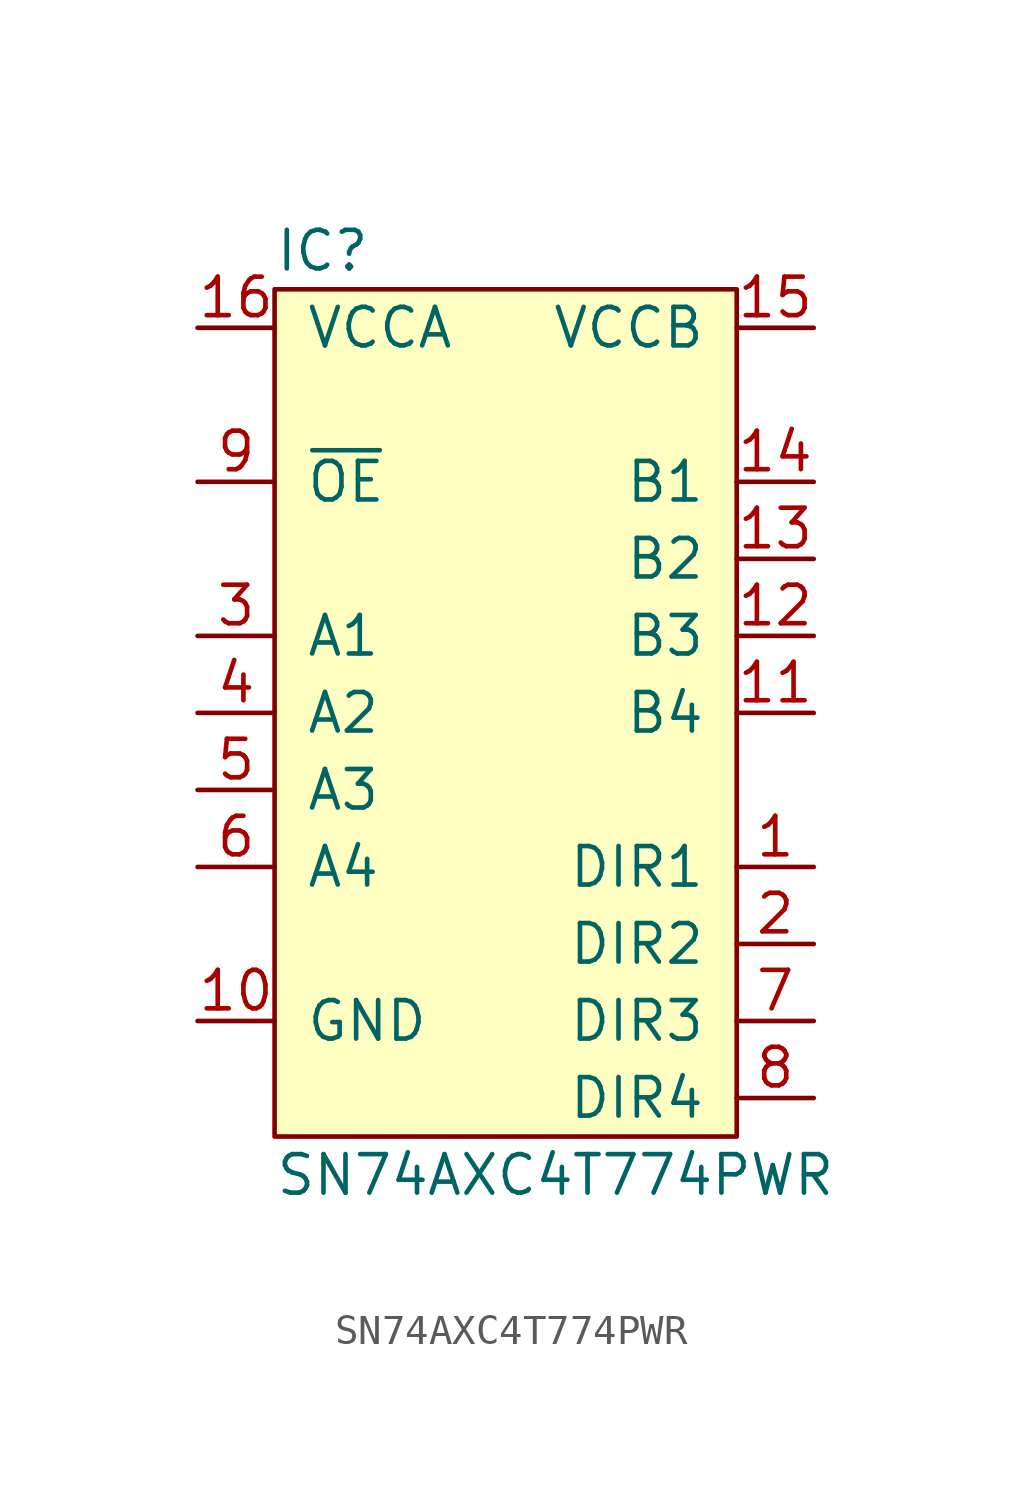
<source format=kicad_sym>
(kicad_symbol_lib
  (version 20211014)
  (generator agg_kicad.build_lib_ic)
  (symbol "SN74AXC4T774PWR"
    (pin_names
      (offset 1.016))
    (property Reference IC
      (at -7.62 15.24 0)
      (effects (font (size 1.27 1.27)) (justify left)))
    (property Value "SN74AXC4T774PWR"
      (at -7.62 -15.24 0)
      (effects (font (size 1.27 1.27)) (justify left)))
    (symbol "SN74AXC4T774PWR_0_0"
      (rectangle (start -7.62 13.97) (end 7.62 -13.97) (stroke (width 0) (type default) (color 0 0 0 0)) (fill (type background)))
      (pin power_in line (at -10.16 12.7 0) (length 2.54) (name VCCA (effects (font (size 1.27 1.27)))) (number "16" (effects (font (size 1.27 1.27)))))
      (pin input line (at -10.16 7.62 0) (length 2.54) (name "~{OE}" (effects (font (size 1.27 1.27)))) (number "9" (effects (font (size 1.27 1.27)))))
      (pin bidirectional line (at -10.16 2.54 0) (length 2.54) (name "A1" (effects (font (size 1.27 1.27)))) (number "3" (effects (font (size 1.27 1.27)))))
      (pin bidirectional line (at -10.16 0 0) (length 2.54) (name "A2" (effects (font (size 1.27 1.27)))) (number "4" (effects (font (size 1.27 1.27)))))
      (pin bidirectional line (at -10.16 -2.54 0) (length 2.54) (name "A3" (effects (font (size 1.27 1.27)))) (number "5" (effects (font (size 1.27 1.27)))))
      (pin bidirectional line (at -10.16 -5.08 0) (length 2.54) (name "A4" (effects (font (size 1.27 1.27)))) (number "6" (effects (font (size 1.27 1.27)))))
      (pin power_in line (at -10.16 -10.16 0) (length 2.54) (name GND (effects (font (size 1.27 1.27)))) (number "10" (effects (font (size 1.27 1.27)))))
      (pin power_in line (at 10.16 12.7 180) (length 2.54) (name VCCB (effects (font (size 1.27 1.27)))) (number "15" (effects (font (size 1.27 1.27)))))
      (pin bidirectional line (at 10.16 7.62 180) (length 2.54) (name "B1" (effects (font (size 1.27 1.27)))) (number "14" (effects (font (size 1.27 1.27)))))
      (pin bidirectional line (at 10.16 5.08 180) (length 2.54) (name "B2" (effects (font (size 1.27 1.27)))) (number "13" (effects (font (size 1.27 1.27)))))
      (pin bidirectional line (at 10.16 2.54 180) (length 2.54) (name "B3" (effects (font (size 1.27 1.27)))) (number "12" (effects (font (size 1.27 1.27)))))
      (pin bidirectional line (at 10.16 0 180) (length 2.54) (name "B4" (effects (font (size 1.27 1.27)))) (number "11" (effects (font (size 1.27 1.27)))))
      (pin bidirectional line (at 10.16 -5.08 180) (length 2.54) (name "DIR1" (effects (font (size 1.27 1.27)))) (number "1" (effects (font (size 1.27 1.27)))))
      (pin bidirectional line (at 10.16 -7.62 180) (length 2.54) (name "DIR2" (effects (font (size 1.27 1.27)))) (number "2" (effects (font (size 1.27 1.27)))))
      (pin bidirectional line (at 10.16 -10.16 180) (length 2.54) (name "DIR3" (effects (font (size 1.27 1.27)))) (number "7" (effects (font (size 1.27 1.27)))))
      (pin bidirectional line (at 10.16 -12.7 180) (length 2.54) (name "DIR4" (effects (font (size 1.27 1.27)))) (number "8" (effects (font (size 1.27 1.27))))))))
</source>
